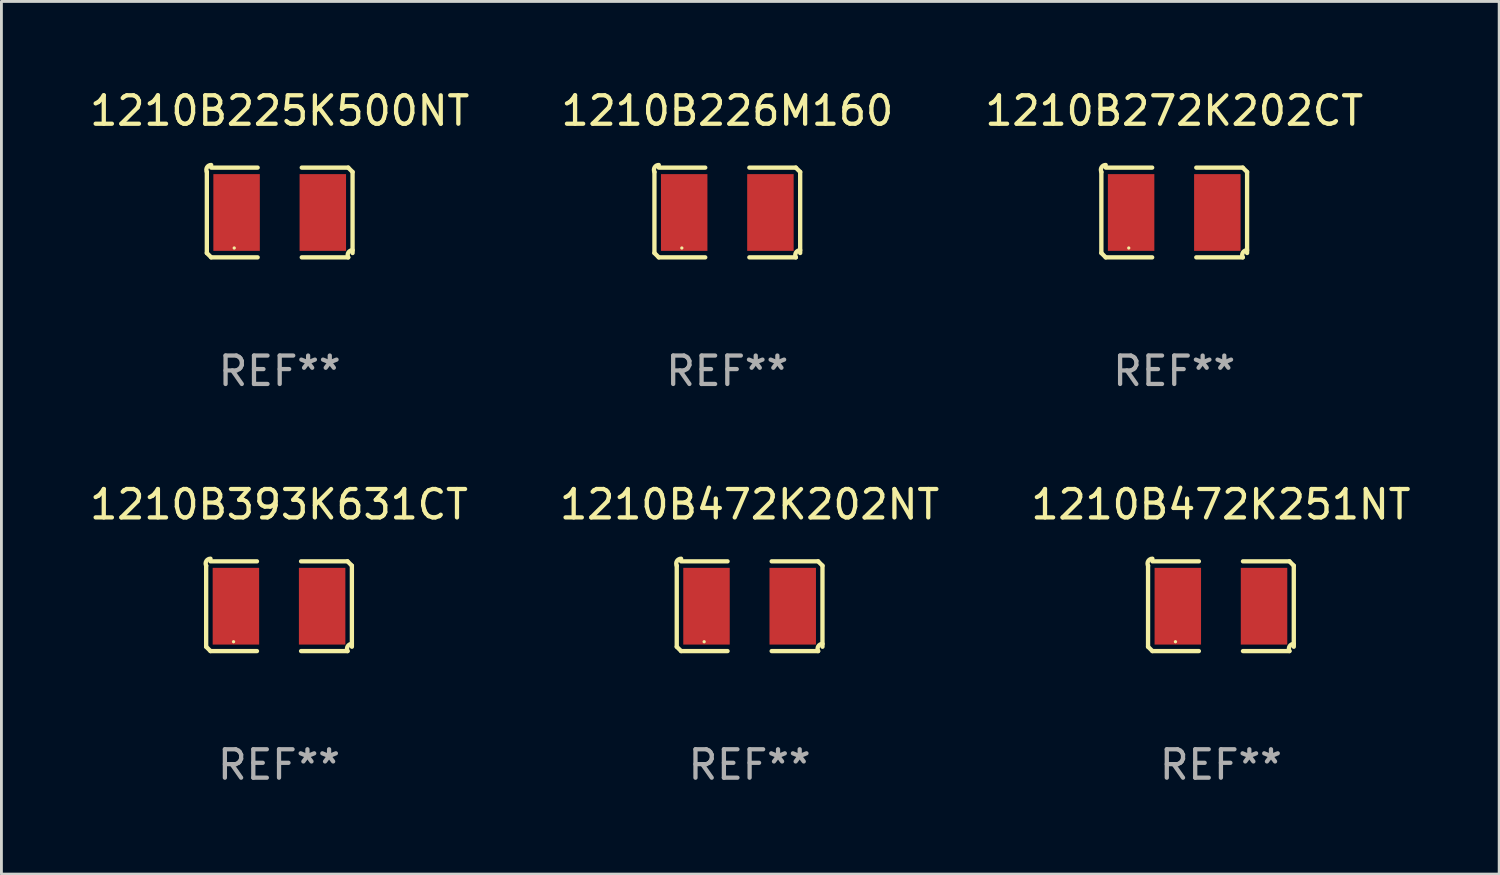
<source format=kicad_pcb>
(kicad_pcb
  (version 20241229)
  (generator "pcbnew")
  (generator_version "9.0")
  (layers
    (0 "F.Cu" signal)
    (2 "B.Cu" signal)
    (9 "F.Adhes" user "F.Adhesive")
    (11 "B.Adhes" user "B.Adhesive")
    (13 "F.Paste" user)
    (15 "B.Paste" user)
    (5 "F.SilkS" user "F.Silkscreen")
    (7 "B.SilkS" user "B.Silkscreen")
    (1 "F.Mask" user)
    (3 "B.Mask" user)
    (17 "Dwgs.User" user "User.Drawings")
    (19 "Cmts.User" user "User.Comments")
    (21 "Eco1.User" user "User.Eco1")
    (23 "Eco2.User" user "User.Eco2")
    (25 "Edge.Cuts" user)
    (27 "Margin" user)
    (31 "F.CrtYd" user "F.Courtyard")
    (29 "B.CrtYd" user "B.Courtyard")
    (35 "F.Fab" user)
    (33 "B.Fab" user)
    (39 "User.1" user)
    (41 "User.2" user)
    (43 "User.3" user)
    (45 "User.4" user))
  (footprint "1210B393K631CT"
    (layer "F.Cu")
    (at 6.768 18.281)
    (property "Reference" "1210B393K631CT" (at 0 -3.579 0) (layer "F.SilkS") (effects (font (size 1 1) (thickness 0.15))))
    (attr through_hole)
    (fp_line (start -2.564 1.426) (end -2.564 -1.426) (stroke (width 0.152) (type solid)) (layer "F.SilkS"))
    (fp_line (start -2.411 -1.579) (end -0.776 -1.579) (stroke (width 0.152) (type solid)) (layer "F.SilkS"))
    (fp_line (start -0.776 1.579) (end -2.411 1.579) (stroke (width 0.152) (type solid)) (layer "F.SilkS"))
    (fp_line (start 0.776 1.579) (end 2.411 1.579) (stroke (width 0.152) (type solid)) (layer "F.SilkS"))
    (fp_line (start 2.411 -1.579) (end 0.776 -1.579) (stroke (width 0.152) (type solid)) (layer "F.SilkS"))
    (fp_line (start 2.564 1.426) (end 2.564 -1.426) (stroke (width 0.152) (type solid)) (layer "F.SilkS"))
    (fp_arc (start -2.563602 -1.426213) (mid -2.555597 -1.591233) (end -2.411201 -1.671518) (stroke (width 0.1524) (type solid)) (layer "F.SilkS"))
    (fp_arc (start -2.5636 1.426214) (mid -2.487389 1.502402) (end -2.411201 1.578613) (stroke (width 0.1524) (type solid)) (layer "F.SilkS"))
    (fp_arc (start 2.411197 -1.578618) (mid 2.487403 -1.502419) (end 2.563602 -1.426213) (stroke (width 0.1524) (type solid)) (layer "F.SilkS"))
    (fp_arc (start 2.411201 1.578613) (mid 2.416214 1.409455) (end 2.563602 1.32629) (stroke (width 0.1524) (type solid)) (layer "F.SilkS"))
    (fp_circle (center -1.6 1.25) (end -1.57 1.25) (stroke (width 0.06) (type solid)) (fill no) (layer "F.SilkS"))
    (fp_text user "REF**" (at 0 5.579 0) (layer "F.Fab") (effects (font (size 1 1) (thickness 0.15))))
    (pad "1" smd rect (at -1.517 0) (size 1.635 2.7) (layers "F.Cu" "F.Mask" "F.Paste"))
    (pad "2" smd rect (at 1.517 0) (size 1.635 2.7) (layers "F.Cu" "F.Mask" "F.Paste")))
  (footprint "1210B472K251NT"
    (layer "F.Cu")
    (at 39.911 18.281)
    (property "Reference" "1210B472K251NT" (at 0 -3.579 0) (layer "F.SilkS") (effects (font (size 1 1) (thickness 0.15))))
    (attr through_hole)
    (fp_line (start -2.564 1.426) (end -2.564 -1.426) (stroke (width 0.152) (type solid)) (layer "F.SilkS"))
    (fp_line (start -2.411 -1.579) (end -0.776 -1.579) (stroke (width 0.152) (type solid)) (layer "F.SilkS"))
    (fp_line (start -0.776 1.579) (end -2.411 1.579) (stroke (width 0.152) (type solid)) (layer "F.SilkS"))
    (fp_line (start 0.776 1.579) (end 2.411 1.579) (stroke (width 0.152) (type solid)) (layer "F.SilkS"))
    (fp_line (start 2.411 -1.579) (end 0.776 -1.579) (stroke (width 0.152) (type solid)) (layer "F.SilkS"))
    (fp_line (start 2.564 1.426) (end 2.564 -1.426) (stroke (width 0.152) (type solid)) (layer "F.SilkS"))
    (fp_arc (start -2.563602 -1.426213) (mid -2.555597 -1.591233) (end -2.411201 -1.671518) (stroke (width 0.1524) (type solid)) (layer "F.SilkS"))
    (fp_arc (start -2.5636 1.426214) (mid -2.487389 1.502402) (end -2.411201 1.578613) (stroke (width 0.1524) (type solid)) (layer "F.SilkS"))
    (fp_arc (start 2.411197 -1.578618) (mid 2.487403 -1.502419) (end 2.563602 -1.426213) (stroke (width 0.1524) (type solid)) (layer "F.SilkS"))
    (fp_arc (start 2.411201 1.578613) (mid 2.416214 1.409455) (end 2.563602 1.32629) (stroke (width 0.1524) (type solid)) (layer "F.SilkS"))
    (fp_circle (center -1.6 1.25) (end -1.57 1.25) (stroke (width 0.06) (type solid)) (fill no) (layer "F.SilkS"))
    (fp_text user "REF**" (at 0 5.579 0) (layer "F.Fab") (effects (font (size 1 1) (thickness 0.15))))
    (pad "1" smd rect (at -1.517 0) (size 1.635 2.7) (layers "F.Cu" "F.Mask" "F.Paste"))
    (pad "2" smd rect (at 1.517 0) (size 1.635 2.7) (layers "F.Cu" "F.Mask" "F.Paste")))
  (footprint "1210B272K202CT"
    (layer "F.Cu")
    (at 38.268 4.427)
    (property "Reference" "1210B272K202CT" (at 0 -3.579 0) (layer "F.SilkS") (effects (font (size 1 1) (thickness 0.15))))
    (attr through_hole)
    (fp_line (start -2.564 1.426) (end -2.564 -1.426) (stroke (width 0.152) (type solid)) (layer "F.SilkS"))
    (fp_line (start -2.411 -1.579) (end -0.776 -1.579) (stroke (width 0.152) (type solid)) (layer "F.SilkS"))
    (fp_line (start -0.776 1.579) (end -2.411 1.579) (stroke (width 0.152) (type solid)) (layer "F.SilkS"))
    (fp_line (start 0.776 1.579) (end 2.411 1.579) (stroke (width 0.152) (type solid)) (layer "F.SilkS"))
    (fp_line (start 2.411 -1.579) (end 0.776 -1.579) (stroke (width 0.152) (type solid)) (layer "F.SilkS"))
    (fp_line (start 2.564 1.426) (end 2.564 -1.426) (stroke (width 0.152) (type solid)) (layer "F.SilkS"))
    (fp_arc (start -2.563602 -1.426213) (mid -2.555597 -1.591233) (end -2.411201 -1.671518) (stroke (width 0.1524) (type solid)) (layer "F.SilkS"))
    (fp_arc (start -2.5636 1.426214) (mid -2.487389 1.502402) (end -2.411201 1.578613) (stroke (width 0.1524) (type solid)) (layer "F.SilkS"))
    (fp_arc (start 2.411197 -1.578618) (mid 2.487403 -1.502419) (end 2.563602 -1.426213) (stroke (width 0.1524) (type solid)) (layer "F.SilkS"))
    (fp_arc (start 2.411201 1.578613) (mid 2.416214 1.409455) (end 2.563602 1.32629) (stroke (width 0.1524) (type solid)) (layer "F.SilkS"))
    (fp_circle (center -1.6 1.25) (end -1.57 1.25) (stroke (width 0.06) (type solid)) (fill no) (layer "F.SilkS"))
    (fp_text user "REF**" (at 0 5.579 0) (layer "F.Fab") (effects (font (size 1 1) (thickness 0.15))))
    (pad "1" smd rect (at -1.517 0) (size 1.635 2.7) (layers "F.Cu" "F.Mask" "F.Paste"))
    (pad "2" smd rect (at 1.517 0) (size 1.635 2.7) (layers "F.Cu" "F.Mask" "F.Paste")))
  (footprint "1210B226M160"
    (layer "F.Cu")
    (at 22.542 4.427)
    (property "Reference" "1210B226M160" (at 0 -3.579 0) (layer "F.SilkS") (effects (font (size 1 1) (thickness 0.15))))
    (attr through_hole)
    (fp_line (start -2.564 1.426) (end -2.564 -1.426) (stroke (width 0.152) (type solid)) (layer "F.SilkS"))
    (fp_line (start -2.411 -1.579) (end -0.776 -1.579) (stroke (width 0.152) (type solid)) (layer "F.SilkS"))
    (fp_line (start -0.776 1.579) (end -2.411 1.579) (stroke (width 0.152) (type solid)) (layer "F.SilkS"))
    (fp_line (start 0.776 1.579) (end 2.411 1.579) (stroke (width 0.152) (type solid)) (layer "F.SilkS"))
    (fp_line (start 2.411 -1.579) (end 0.776 -1.579) (stroke (width 0.152) (type solid)) (layer "F.SilkS"))
    (fp_line (start 2.564 1.426) (end 2.564 -1.426) (stroke (width 0.152) (type solid)) (layer "F.SilkS"))
    (fp_arc (start -2.563602 -1.426213) (mid -2.555597 -1.591233) (end -2.411201 -1.671518) (stroke (width 0.1524) (type solid)) (layer "F.SilkS"))
    (fp_arc (start -2.5636 1.426214) (mid -2.487389 1.502402) (end -2.411201 1.578613) (stroke (width 0.1524) (type solid)) (layer "F.SilkS"))
    (fp_arc (start 2.411197 -1.578618) (mid 2.487403 -1.502419) (end 2.563602 -1.426213) (stroke (width 0.1524) (type solid)) (layer "F.SilkS"))
    (fp_arc (start 2.411201 1.578613) (mid 2.416214 1.409455) (end 2.563602 1.32629) (stroke (width 0.1524) (type solid)) (layer "F.SilkS"))
    (fp_circle (center -1.6 1.25) (end -1.57 1.25) (stroke (width 0.06) (type solid)) (fill no) (layer "F.SilkS"))
    (fp_text user "REF**" (at 0 5.579 0) (layer "F.Fab") (effects (font (size 1 1) (thickness 0.15))))
    (pad "1" smd rect (at -1.517 0) (size 1.635 2.7) (layers "F.Cu" "F.Mask" "F.Paste"))
    (pad "2" smd rect (at 1.517 0) (size 1.635 2.7) (layers "F.Cu" "F.Mask" "F.Paste")))
  (footprint "1210B472K202NT"
    (layer "F.Cu")
    (at 23.327 18.281)
    (property "Reference" "1210B472K202NT" (at 0 -3.579 0) (layer "F.SilkS") (effects (font (size 1 1) (thickness 0.15))))
    (attr through_hole)
    (fp_line (start -2.564 1.426) (end -2.564 -1.426) (stroke (width 0.152) (type solid)) (layer "F.SilkS"))
    (fp_line (start -2.411 -1.579) (end -0.776 -1.579) (stroke (width 0.152) (type solid)) (layer "F.SilkS"))
    (fp_line (start -0.776 1.579) (end -2.411 1.579) (stroke (width 0.152) (type solid)) (layer "F.SilkS"))
    (fp_line (start 0.776 1.579) (end 2.411 1.579) (stroke (width 0.152) (type solid)) (layer "F.SilkS"))
    (fp_line (start 2.411 -1.579) (end 0.776 -1.579) (stroke (width 0.152) (type solid)) (layer "F.SilkS"))
    (fp_line (start 2.564 1.426) (end 2.564 -1.426) (stroke (width 0.152) (type solid)) (layer "F.SilkS"))
    (fp_arc (start -2.563602 -1.426213) (mid -2.555597 -1.591233) (end -2.411201 -1.671518) (stroke (width 0.1524) (type solid)) (layer "F.SilkS"))
    (fp_arc (start -2.5636 1.426214) (mid -2.487389 1.502402) (end -2.411201 1.578613) (stroke (width 0.1524) (type solid)) (layer "F.SilkS"))
    (fp_arc (start 2.411197 -1.578618) (mid 2.487403 -1.502419) (end 2.563602 -1.426213) (stroke (width 0.1524) (type solid)) (layer "F.SilkS"))
    (fp_arc (start 2.411201 1.578613) (mid 2.416214 1.409455) (end 2.563602 1.32629) (stroke (width 0.1524) (type solid)) (layer "F.SilkS"))
    (fp_circle (center -1.6 1.25) (end -1.57 1.25) (stroke (width 0.06) (type solid)) (fill no) (layer "F.SilkS"))
    (fp_text user "REF**" (at 0 5.579 0) (layer "F.Fab") (effects (font (size 1 1) (thickness 0.15))))
    (pad "1" smd rect (at -1.517 0) (size 1.635 2.7) (layers "F.Cu" "F.Mask" "F.Paste"))
    (pad "2" smd rect (at 1.517 0) (size 1.635 2.7) (layers "F.Cu" "F.Mask" "F.Paste")))
  (footprint "1210B225K500NT"
    (layer "F.Cu")
    (at 6.792 4.427)
    (property "Reference" "1210B225K500NT" (at 0 -3.579 0) (layer "F.SilkS") (effects (font (size 1 1) (thickness 0.15))))
    (attr through_hole)
    (fp_line (start -2.564 1.426) (end -2.564 -1.426) (stroke (width 0.152) (type solid)) (layer "F.SilkS"))
    (fp_line (start -2.411 -1.579) (end -0.776 -1.579) (stroke (width 0.152) (type solid)) (layer "F.SilkS"))
    (fp_line (start -0.776 1.579) (end -2.411 1.579) (stroke (width 0.152) (type solid)) (layer "F.SilkS"))
    (fp_line (start 0.776 1.579) (end 2.411 1.579) (stroke (width 0.152) (type solid)) (layer "F.SilkS"))
    (fp_line (start 2.411 -1.579) (end 0.776 -1.579) (stroke (width 0.152) (type solid)) (layer "F.SilkS"))
    (fp_line (start 2.564 1.426) (end 2.564 -1.426) (stroke (width 0.152) (type solid)) (layer "F.SilkS"))
    (fp_arc (start -2.563602 -1.426213) (mid -2.555597 -1.591233) (end -2.411201 -1.671518) (stroke (width 0.1524) (type solid)) (layer "F.SilkS"))
    (fp_arc (start -2.5636 1.426214) (mid -2.487389 1.502402) (end -2.411201 1.578613) (stroke (width 0.1524) (type solid)) (layer "F.SilkS"))
    (fp_arc (start 2.411197 -1.578618) (mid 2.487403 -1.502419) (end 2.563602 -1.426213) (stroke (width 0.1524) (type solid)) (layer "F.SilkS"))
    (fp_arc (start 2.411201 1.578613) (mid 2.416214 1.409455) (end 2.563602 1.32629) (stroke (width 0.1524) (type solid)) (layer "F.SilkS"))
    (fp_circle (center -1.6 1.25) (end -1.57 1.25) (stroke (width 0.06) (type solid)) (fill no) (layer "F.SilkS"))
    (fp_text user "REF**" (at 0 5.579 0) (layer "F.Fab") (effects (font (size 1 1) (thickness 0.15))))
    (pad "1" smd rect (at -1.517 0) (size 1.635 2.7) (layers "F.Cu" "F.Mask" "F.Paste"))
    (pad "2" smd rect (at 1.517 0) (size 1.635 2.7) (layers "F.Cu" "F.Mask" "F.Paste")))
  (gr_rect
    (start -3 -3)
    (end 49.702 27.707)
    (stroke (width 0.1) (type default))
    (fill no)
    (layer "Edge.Cuts")))
</source>
